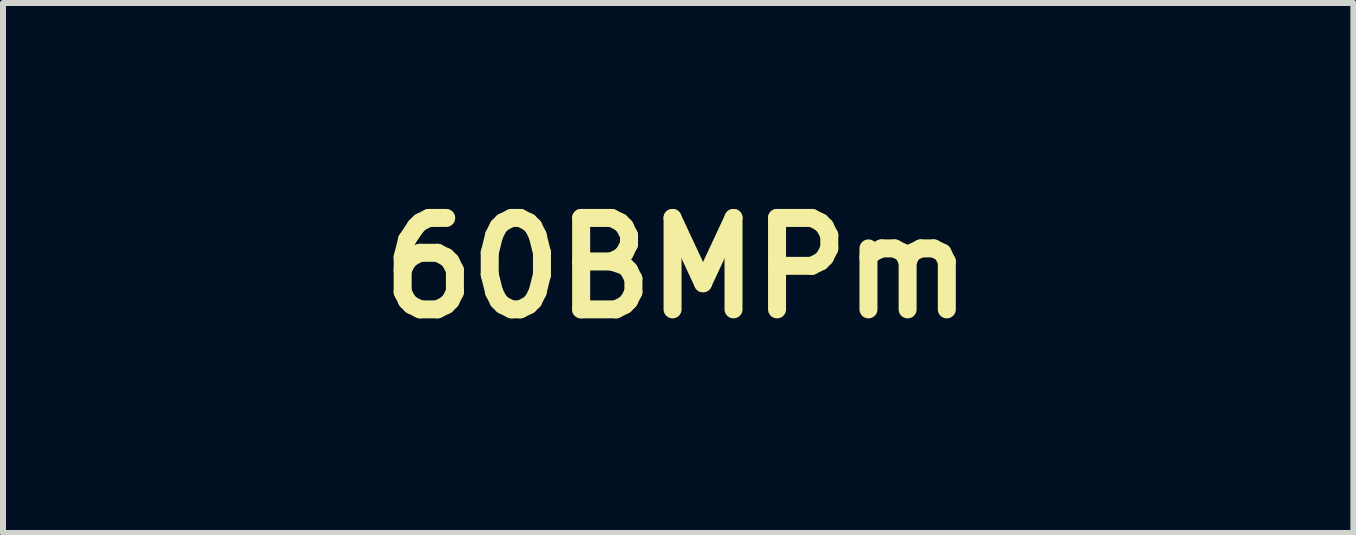
<source format=kicad_pcb>
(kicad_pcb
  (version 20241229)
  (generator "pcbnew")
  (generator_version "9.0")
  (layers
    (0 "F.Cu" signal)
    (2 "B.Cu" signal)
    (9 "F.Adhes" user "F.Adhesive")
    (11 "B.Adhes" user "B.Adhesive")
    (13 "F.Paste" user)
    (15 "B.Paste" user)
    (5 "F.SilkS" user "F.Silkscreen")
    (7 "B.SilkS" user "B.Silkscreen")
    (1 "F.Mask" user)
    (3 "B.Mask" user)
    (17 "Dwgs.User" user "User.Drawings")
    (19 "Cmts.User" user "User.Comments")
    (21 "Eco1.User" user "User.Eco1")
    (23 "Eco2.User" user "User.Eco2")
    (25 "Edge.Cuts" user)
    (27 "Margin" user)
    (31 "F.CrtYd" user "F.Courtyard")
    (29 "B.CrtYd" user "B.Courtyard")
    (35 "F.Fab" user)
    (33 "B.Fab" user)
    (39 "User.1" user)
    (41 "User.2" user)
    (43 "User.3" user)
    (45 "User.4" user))
  (footprint "60BMPm"
    (layer "F.Cu")
    (at 8.235 1.418)
    (property "Reference" "60BMPm" (at 0 0 0) (layer "F.SilkS") (effects (font (size 1.524 1.524) (thickness 0.3))))
    (attr through_hole)
    (fp_poly (pts (xy -4.403 -0.491) (xy -4.809 -0.491) (xy -4.809 -0.728) (xy -4.76 -0.728) (xy -4.711 -0.738) (xy -4.683 -0.77) (xy -4.671 -0.821) (xy -4.665 -0.872) (xy -4.534 -0.877) (xy -4.403 -0.882) (xy -4.403 -0.491)) (stroke (width 0.01) (type solid)) (fill yes) (layer "F.Mask"))
    (fp_poly (pts (xy -5.232 0.597) (xy -5.224 0.652) (xy -5.196 0.683) (xy -5.143 0.694) (xy -5.127 0.694) (xy -5.063 0.694) (xy -5.063 0.948) (xy -5.186 0.945) (xy -5.266 0.942) (xy -5.349 0.939) (xy -5.407 0.936) (xy -5.504 0.93) (xy -5.495 0.55) (xy -5.364 0.545) (xy -5.232 0.54) (xy -5.232 0.597)) (stroke (width 0.01) (type solid)) (fill yes) (layer "F.Mask"))
    (fp_poly (pts (xy -0.779 -0.389) (xy -0.923 -0.389) (xy -0.992 -0.391) (xy -1.042 -0.396) (xy -1.067 -0.404) (xy -1.069 -0.406) (xy -1.075 -0.439) (xy -1.075 -0.44) (xy -1.081 -0.472) (xy -1.082 -0.482) (xy -1.099 -0.501) (xy -1.146 -0.511) (xy -1.147 -0.511) (xy -1.211 -0.516) (xy -1.216 -0.682) (xy -1.22 -0.847) (xy -1 -0.847) (xy -0.779 -0.847) (xy -0.779 -0.389)) (stroke (width 0.01) (type solid)) (fill yes) (layer "F.Mask"))
    (fp_poly (pts (xy -3.938 0.721) (xy -3.874 0.725) (xy -3.708 0.737) (xy -3.613 0.832) (xy -3.569 0.878) (xy -3.538 0.916) (xy -3.524 0.939) (xy -3.524 0.942) (xy -3.543 0.948) (xy -3.588 0.951) (xy -3.653 0.953) (xy -3.718 0.952) (xy -3.906 0.947) (xy -4.002 0.862) (xy -4.059 0.808) (xy -4.091 0.769) (xy -4.096 0.742) (xy -4.073 0.726) (xy -4.021 0.72) (xy -3.938 0.721)) (stroke (width 0.01) (type solid)) (fill yes) (layer "F.Mask"))
    (fp_poly (pts (xy 2.79 -0.225) (xy 2.989 -0.222) (xy 2.989 0.642) (xy 3.158 0.647) (xy 3.327 0.652) (xy 3.332 0.859) (xy 3.337 1.067) (xy 2.596 1.067) (xy 2.587 0.437) (xy 2.585 0.293) (xy 2.584 0.161) (xy 2.583 0.042) (xy 2.582 -0.058) (xy 2.582 -0.136) (xy 2.583 -0.188) (xy 2.584 -0.211) (xy 2.584 -0.211) (xy 2.604 -0.219) (xy 2.654 -0.224) (xy 2.731 -0.226) (xy 2.79 -0.225)) (stroke (width 0.01) (type solid)) (fill yes) (layer "F.Mask"))
    (fp_poly (pts (xy 6.13 0.766) (xy 6.308 0.77) (xy 6.308 1.109) (xy 6.102 1.114) (xy 6.014 1.115) (xy 5.954 1.114) (xy 5.917 1.111) (xy 5.896 1.104) (xy 5.887 1.092) (xy 5.886 1.091) (xy 5.881 1.062) (xy 5.878 1.01) (xy 5.876 0.943) (xy 5.876 0.922) (xy 5.876 0.859) (xy 5.88 0.815) (xy 5.893 0.786) (xy 5.92 0.77) (xy 5.965 0.764) (xy 6.035 0.763) (xy 6.13 0.766)) (stroke (width 0.01) (type solid)) (fill yes) (layer "F.Mask"))
    (fp_poly (pts (xy 6.995 0.274) (xy 7.049 0.276) (xy 7.074 0.279) (xy 7.113 0.289) (xy 7.108 0.721) (xy 7.104 1.154) (xy 6.877 1.157) (xy 6.779 1.157) (xy 6.705 1.154) (xy 6.659 1.149) (xy 6.644 1.143) (xy 6.642 1.122) (xy 6.641 1.072) (xy 6.64 0.997) (xy 6.64 0.903) (xy 6.641 0.794) (xy 6.642 0.702) (xy 6.646 0.279) (xy 6.841 0.274) (xy 6.923 0.273) (xy 6.995 0.274)) (stroke (width 0.01) (type solid)) (fill yes) (layer "F.Mask"))
    (fp_poly (pts (xy 4.894 -0.373) (xy 4.388 -0.373) (xy 4.377 -0.478) (xy 4.372 -0.548) (xy 4.37 -0.615) (xy 4.372 -0.651) (xy 4.375 -0.685) (xy 4.385 -0.708) (xy 4.406 -0.723) (xy 4.445 -0.736) (xy 4.51 -0.75) (xy 4.525 -0.753) (xy 4.56 -0.768) (xy 4.572 -0.799) (xy 4.572 -0.809) (xy 4.574 -0.864) (xy 4.583 -0.9) (xy 4.606 -0.92) (xy 4.648 -0.929) (xy 4.716 -0.931) (xy 4.743 -0.931) (xy 4.894 -0.931) (xy 4.894 -0.373)) (stroke (width 0.01) (type solid)) (fill yes) (layer "F.Mask"))
    (fp_poly (pts (xy -7.657 -0.696) (xy -7.659 -0.6) (xy -7.663 -0.516) (xy -7.668 -0.45) (xy -7.673 -0.408) (xy -7.676 -0.395) (xy -7.697 -0.39) (xy -7.746 -0.385) (xy -7.817 -0.38) (xy -7.903 -0.377) (xy -7.96 -0.375) (xy -8.23 -0.37) (xy -8.23 -0.711) (xy -8.149 -0.711) (xy -8.097 -0.714) (xy -8.058 -0.721) (xy -8.049 -0.725) (xy -8.022 -0.758) (xy -8.003 -0.815) (xy -7.993 -0.886) (xy -7.993 -0.907) (xy -7.993 -0.982) (xy -7.651 -0.982) (xy -7.657 -0.696)) (stroke (width 0.01) (type solid)) (fill yes) (layer "F.Mask"))
    (fp_poly (pts (xy -0.968 -0.305) (xy -0.938 -0.305) (xy -0.878 -0.304) (xy -0.844 -0.298) (xy -0.825 -0.286) (xy -0.813 -0.263) (xy -0.812 -0.261) (xy -0.808 -0.232) (xy -0.803 -0.175) (xy -0.8 -0.094) (xy -0.797 0.003) (xy -0.796 0.113) (xy -0.796 0.17) (xy -0.796 0.559) (xy -1.101 0.559) (xy -1.101 0.137) (xy -1.101 0.003) (xy -1.101 -0.101) (xy -1.099 -0.178) (xy -1.093 -0.234) (xy -1.083 -0.27) (xy -1.067 -0.292) (xy -1.043 -0.302) (xy -1.011 -0.305) (xy -0.968 -0.305)) (stroke (width 0.01) (type solid)) (fill yes) (layer "F.Mask"))
    (fp_poly (pts (xy 7.214 -0.356) (xy 6.894 -0.356) (xy 6.783 -0.356) (xy 6.7 -0.356) (xy 6.643 -0.358) (xy 6.605 -0.362) (xy 6.583 -0.367) (xy 6.571 -0.375) (xy 6.566 -0.387) (xy 6.564 -0.394) (xy 6.559 -0.428) (xy 6.556 -0.485) (xy 6.554 -0.555) (xy 6.553 -0.58) (xy 6.553 -0.728) (xy 6.652 -0.728) (xy 6.723 -0.731) (xy 6.769 -0.745) (xy 6.795 -0.776) (xy 6.807 -0.83) (xy 6.811 -0.889) (xy 6.816 -1.008) (xy 7.015 -1.012) (xy 7.214 -1.017) (xy 7.214 -0.356)) (stroke (width 0.01) (type solid)) (fill yes) (layer "F.Mask"))
    (fp_poly (pts (xy -2.218 0.735) (xy -2.219 0.808) (xy -2.222 0.87) (xy -2.226 0.911) (xy -2.229 0.921) (xy -2.239 0.934) (xy -2.264 0.942) (xy -2.308 0.947) (xy -2.378 0.948) (xy -2.406 0.948) (xy -2.483 0.948) (xy -2.532 0.946) (xy -2.56 0.94) (xy -2.575 0.93) (xy -2.582 0.914) (xy -2.583 0.909) (xy -2.588 0.87) (xy -2.589 0.813) (xy -2.588 0.779) (xy -2.583 0.727) (xy -2.575 0.7) (xy -2.558 0.689) (xy -2.535 0.687) (xy -2.485 0.671) (xy -2.459 0.632) (xy -2.456 0.605) (xy -2.451 0.59) (xy -2.432 0.581) (xy -2.393 0.577) (xy -2.337 0.576) (xy -2.218 0.576) (xy -2.218 0.735)) (stroke (width 0.01) (type solid)) (fill yes) (layer "F.Mask"))
    (fp_poly (pts (xy 2.914 -1.032) (xy 2.974 -1.029) (xy 3.013 -1.025) (xy 3.021 -1.023) (xy 3.031 -1.015) (xy 3.038 -0.997) (xy 3.043 -0.965) (xy 3.046 -0.914) (xy 3.047 -0.84) (xy 3.048 -0.738) (xy 3.048 -0.701) (xy 3.048 -0.389) (xy 2.754 -0.389) (xy 2.647 -0.39) (xy 2.57 -0.39) (xy 2.517 -0.392) (xy 2.484 -0.396) (xy 2.464 -0.403) (xy 2.455 -0.412) (xy 2.45 -0.425) (xy 2.449 -0.428) (xy 2.444 -0.462) (xy 2.441 -0.519) (xy 2.439 -0.589) (xy 2.439 -0.605) (xy 2.438 -0.745) (xy 2.507 -0.745) (xy 2.569 -0.752) (xy 2.629 -0.768) (xy 2.634 -0.77) (xy 2.692 -0.794) (xy 2.692 -1.033) (xy 2.843 -1.033) (xy 2.914 -1.032)) (stroke (width 0.01) (type solid)) (fill yes) (layer "F.Mask"))
    (fp_poly (pts (xy -5.588 0.185) (xy -5.787 0.19) (xy -5.986 0.195) (xy -5.995 0.661) (xy -5.951 0.678) (xy -5.916 0.685) (xy -5.856 0.69) (xy -5.783 0.694) (xy -5.739 0.694) (xy -5.571 0.694) (xy -5.571 0.931) (xy -5.829 0.931) (xy -5.935 0.929) (xy -6.022 0.926) (xy -6.085 0.92) (xy -6.119 0.913) (xy -6.121 0.912) (xy -6.157 0.887) (xy -6.198 0.853) (xy -6.202 0.85) (xy -6.248 0.806) (xy -6.248 0.439) (xy -6.248 0.318) (xy -6.248 0.227) (xy -6.246 0.159) (xy -6.243 0.111) (xy -6.238 0.078) (xy -6.23 0.055) (xy -6.22 0.037) (xy -6.212 0.026) (xy -6.177 -0.01) (xy -6.135 -0.037) (xy -6.079 -0.056) (xy -6.003 -0.069) (xy -5.903 -0.077) (xy -5.821 -0.081) (xy -5.588 -0.089) (xy -5.588 0.185)) (stroke (width 0.01) (type solid)) (fill yes) (layer "F.Mask"))
    (fp_poly (pts (xy -5.507 -0.387) (xy -5.465 -0.386) (xy -5.374 -0.382) (xy -5.312 -0.376) (xy -5.271 -0.369) (xy -5.245 -0.357) (xy -5.236 -0.35) (xy -5.227 -0.337) (xy -5.219 -0.317) (xy -5.214 -0.287) (xy -5.211 -0.241) (xy -5.208 -0.174) (xy -5.207 -0.083) (xy -5.207 0.036) (xy -5.207 0.053) (xy -5.207 0.426) (xy -5.337 0.429) (xy -5.467 0.432) (xy -5.472 0.174) (xy -5.476 0.061) (xy -5.481 -0.021) (xy -5.488 -0.075) (xy -5.498 -0.102) (xy -5.5 -0.105) (xy -5.528 -0.118) (xy -5.577 -0.13) (xy -5.618 -0.135) (xy -5.673 -0.141) (xy -5.701 -0.15) (xy -5.711 -0.164) (xy -5.711 -0.182) (xy -5.717 -0.213) (xy -5.732 -0.22) (xy -5.754 -0.233) (xy -5.759 -0.264) (xy -5.749 -0.304) (xy -5.726 -0.342) (xy -5.711 -0.356) (xy -5.688 -0.372) (xy -5.664 -0.382) (xy -5.63 -0.387) (xy -5.58 -0.389) (xy -5.507 -0.387)) (stroke (width 0.01) (type solid)) (fill yes) (layer "F.Mask"))
    (fp_poly (pts (xy -1.236 0.085) (xy -1.457 0.085) (xy -1.548 0.085) (xy -1.611 0.087) (xy -1.651 0.091) (xy -1.675 0.098) (xy -1.686 0.108) (xy -1.689 0.114) (xy -1.694 0.145) (xy -1.698 0.201) (xy -1.7 0.275) (xy -1.701 0.358) (xy -1.7 0.441) (xy -1.698 0.517) (xy -1.694 0.578) (xy -1.689 0.614) (xy -1.676 0.66) (xy -0.796 0.66) (xy -0.796 0.926) (xy -1.088 0.937) (xy -1.236 0.942) (xy -1.381 0.944) (xy -1.517 0.945) (xy -1.638 0.944) (xy -1.738 0.941) (xy -1.811 0.936) (xy -1.814 0.936) (xy -1.882 0.913) (xy -1.932 0.863) (xy -1.963 0.787) (xy -1.966 0.776) (xy -1.97 0.737) (xy -1.974 0.671) (xy -1.977 0.583) (xy -1.979 0.48) (xy -1.98 0.369) (xy -1.98 0.337) (xy -1.981 -0.03) (xy -1.918 -0.101) (xy -1.883 -0.135) (xy -1.847 -0.161) (xy -1.804 -0.18) (xy -1.747 -0.192) (xy -1.673 -0.199) (xy -1.575 -0.202) (xy -1.477 -0.203) (xy -1.236 -0.203) (xy -1.236 0.085)) (stroke (width 0.01) (type solid)) (fill yes) (layer "F.Mask"))
    (fp_poly (pts (xy 7.506 -0.952) (xy 7.575 -0.949) (xy 7.657 -0.946) (xy 7.667 -0.945) (xy 7.812 -0.934) (xy 7.929 -0.916) (xy 8.022 -0.89) (xy 8.096 -0.855) (xy 8.156 -0.808) (xy 8.176 -0.789) (xy 8.212 -0.745) (xy 8.239 -0.7) (xy 8.256 -0.648) (xy 8.266 -0.582) (xy 8.271 -0.495) (xy 8.272 -0.398) (xy 8.271 -0.315) (xy 8.269 -0.256) (xy 8.262 -0.212) (xy 8.249 -0.173) (xy 8.228 -0.13) (xy 8.214 -0.105) (xy 8.173 -0.04) (xy 8.126 0.022) (xy 8.088 0.061) (xy 8.056 0.087) (xy 8.024 0.108) (xy 7.989 0.125) (xy 7.947 0.139) (xy 7.894 0.15) (xy 7.826 0.159) (xy 7.741 0.165) (xy 7.635 0.17) (xy 7.505 0.174) (xy 7.345 0.178) (xy 7.238 0.18) (xy 6.621 0.192) (xy 6.621 -0.186) (xy 7.032 -0.188) (xy 7.158 -0.189) (xy 7.284 -0.191) (xy 7.401 -0.193) (xy 7.503 -0.196) (xy 7.582 -0.199) (xy 7.609 -0.201) (xy 7.686 -0.206) (xy 7.737 -0.213) (xy 7.771 -0.222) (xy 7.795 -0.237) (xy 7.819 -0.261) (xy 7.825 -0.267) (xy 7.856 -0.309) (xy 7.871 -0.354) (xy 7.874 -0.408) (xy 7.871 -0.465) (xy 7.857 -0.505) (xy 7.826 -0.543) (xy 7.819 -0.55) (xy 7.792 -0.575) (xy 7.766 -0.591) (xy 7.734 -0.602) (xy 7.686 -0.609) (xy 7.614 -0.615) (xy 7.59 -0.617) (xy 7.417 -0.629) (xy 7.417 -0.787) (xy 7.419 -0.86) (xy 7.423 -0.915) (xy 7.43 -0.947) (xy 7.434 -0.951) (xy 7.456 -0.952) (xy 7.506 -0.952)) (stroke (width 0.01) (type solid)) (fill yes) (layer "F.Mask"))
    (fp_poly (pts (xy -4.546 -0.437) (xy -4.445 -0.432) (xy -4.445 -0.123) (xy -4.445 -0.025) (xy -4.443 0.061) (xy -4.441 0.128) (xy -4.439 0.171) (xy -4.436 0.186) (xy -4.426 0.172) (xy -4.403 0.133) (xy -4.37 0.074) (xy -4.331 0.002) (xy -4.312 -0.034) (xy -4.197 -0.254) (xy -4.046 -0.254) (xy -3.972 -0.253) (xy -3.926 -0.249) (xy -3.902 -0.242) (xy -3.895 -0.23) (xy -3.895 -0.228) (xy -3.902 -0.205) (xy -3.922 -0.158) (xy -3.953 -0.091) (xy -3.991 -0.011) (xy -4.021 0.05) (xy -4.063 0.136) (xy -4.098 0.212) (xy -4.123 0.273) (xy -4.138 0.314) (xy -4.139 0.327) (xy -4.124 0.347) (xy -4.088 0.384) (xy -4.038 0.434) (xy -3.978 0.491) (xy -3.97 0.498) (xy -3.91 0.556) (xy -3.86 0.607) (xy -3.825 0.646) (xy -3.81 0.669) (xy -3.81 0.67) (xy -3.816 0.681) (xy -3.838 0.688) (xy -3.882 0.692) (xy -3.951 0.694) (xy -3.994 0.694) (xy -4.178 0.694) (xy -4.3 0.582) (xy -4.352 0.535) (xy -4.394 0.499) (xy -4.421 0.479) (xy -4.428 0.476) (xy -4.43 0.495) (xy -4.433 0.541) (xy -4.436 0.608) (xy -4.439 0.69) (xy -4.44 0.72) (xy -4.445 0.957) (xy -4.574 0.962) (xy -4.642 0.963) (xy -4.684 0.96) (xy -4.705 0.951) (xy -4.714 0.939) (xy -4.716 0.917) (xy -4.718 0.864) (xy -4.72 0.785) (xy -4.722 0.684) (xy -4.723 0.564) (xy -4.724 0.429) (xy -4.724 0.284) (xy -4.724 0.244) (xy -4.724 -0.423) (xy -4.686 -0.432) (xy -4.648 -0.437) (xy -4.59 -0.438) (xy -4.546 -0.437)) (stroke (width 0.01) (type solid)) (fill yes) (layer "F.Mask"))
    (fp_poly (pts (xy 3.405 -1.012) (xy 3.496 -1.004) (xy 3.644 -0.985) (xy 3.763 -0.957) (xy 3.855 -0.916) (xy 3.924 -0.86) (xy 3.974 -0.785) (xy 4.007 -0.689) (xy 4.028 -0.569) (xy 4.03 -0.549) (xy 4.037 -0.427) (xy 4.031 -0.316) (xy 4.013 -0.224) (xy 3.984 -0.156) (xy 3.978 -0.147) (xy 3.942 -0.098) (xy 3.988 -0.055) (xy 4.044 0.017) (xy 4.089 0.115) (xy 4.121 0.231) (xy 4.139 0.358) (xy 4.14 0.49) (xy 4.133 0.567) (xy 4.109 0.688) (xy 4.074 0.786) (xy 4.022 0.871) (xy 3.979 0.921) (xy 3.887 1.001) (xy 3.788 1.05) (xy 3.686 1.067) (xy 3.607 1.067) (xy 3.607 0.855) (xy 3.608 0.763) (xy 3.61 0.7) (xy 3.616 0.662) (xy 3.624 0.645) (xy 3.629 0.643) (xy 3.654 0.632) (xy 3.689 0.604) (xy 3.7 0.592) (xy 3.729 0.557) (xy 3.745 0.518) (xy 3.754 0.463) (xy 3.756 0.434) (xy 3.758 0.374) (xy 3.754 0.334) (xy 3.739 0.303) (xy 3.71 0.266) (xy 3.709 0.266) (xy 3.655 0.204) (xy 3.466 0.2) (xy 3.277 0.195) (xy 3.267 -0.183) (xy 3.415 -0.195) (xy 3.505 -0.207) (xy 3.569 -0.226) (xy 3.612 -0.256) (xy 3.64 -0.303) (xy 3.657 -0.354) (xy 3.666 -0.44) (xy 3.647 -0.521) (xy 3.603 -0.587) (xy 3.591 -0.597) (xy 3.558 -0.62) (xy 3.517 -0.635) (xy 3.458 -0.645) (xy 3.403 -0.65) (xy 3.337 -0.656) (xy 3.283 -0.663) (xy 3.252 -0.669) (xy 3.249 -0.67) (xy 3.242 -0.69) (xy 3.237 -0.736) (xy 3.235 -0.799) (xy 3.234 -0.829) (xy 3.235 -0.904) (xy 3.24 -0.957) (xy 3.255 -0.991) (xy 3.284 -1.009) (xy 3.332 -1.015) (xy 3.405 -1.012)) (stroke (width 0.01) (type solid)) (fill yes) (layer "F.Mask"))
    (fp_poly (pts (xy -2.724 -0.301) (xy -2.588 -0.297) (xy -2.482 -0.291) (xy -2.402 -0.28) (xy -2.344 -0.262) (xy -2.302 -0.234) (xy -2.275 -0.195) (xy -2.256 -0.141) (xy -2.243 -0.071) (xy -2.236 -0.028) (xy -2.228 0.084) (xy -2.232 0.188) (xy -2.248 0.279) (xy -2.274 0.352) (xy -2.31 0.4) (xy -2.333 0.414) (xy -2.356 0.417) (xy -2.407 0.42) (xy -2.478 0.422) (xy -2.563 0.424) (xy -2.653 0.425) (xy -2.743 0.426) (xy -2.826 0.425) (xy -2.875 0.424) (xy -2.887 0.414) (xy -2.893 0.381) (xy -2.893 0.32) (xy -2.892 0.309) (xy -2.887 0.195) (xy -2.481 0.178) (xy -2.476 0.064) (xy -2.474 0.016) (xy -2.476 -0.019) (xy -2.487 -0.043) (xy -2.512 -0.058) (xy -2.554 -0.065) (xy -2.619 -0.067) (xy -2.711 -0.065) (xy -2.769 -0.064) (xy -2.989 -0.059) (xy -2.993 0.284) (xy -2.994 0.416) (xy -2.993 0.522) (xy -2.989 0.6) (xy -2.984 0.648) (xy -2.98 0.661) (xy -2.967 0.677) (xy -2.945 0.687) (xy -2.907 0.693) (xy -2.845 0.694) (xy -2.819 0.694) (xy -2.675 0.694) (xy -2.675 0.931) (xy -2.883 0.931) (xy -2.971 0.931) (xy -3.032 0.929) (xy -3.074 0.924) (xy -3.103 0.915) (xy -3.128 0.901) (xy -3.143 0.889) (xy -3.175 0.862) (xy -3.2 0.832) (xy -3.218 0.795) (xy -3.232 0.748) (xy -3.241 0.685) (xy -3.247 0.602) (xy -3.25 0.496) (xy -3.251 0.362) (xy -3.251 0.308) (xy -3.251 0.18) (xy -3.25 0.082) (xy -3.249 0.007) (xy -3.246 -0.048) (xy -3.241 -0.088) (xy -3.234 -0.119) (xy -3.225 -0.144) (xy -3.213 -0.17) (xy -3.213 -0.17) (xy -3.189 -0.213) (xy -3.163 -0.246) (xy -3.131 -0.27) (xy -3.088 -0.287) (xy -3.029 -0.297) (xy -2.95 -0.302) (xy -2.846 -0.302) (xy -2.724 -0.301)) (stroke (width 0.01) (type solid)) (fill yes) (layer "F.Mask"))
    (fp_poly (pts (xy -6.628 -0.861) (xy -6.562 -0.823) (xy -6.511 -0.782) (xy -6.506 0.159) (xy -6.501 1.101) (xy -6.692 1.1) (xy -6.77 1.099) (xy -6.836 1.096) (xy -6.883 1.092) (xy -6.901 1.088) (xy -6.915 1.072) (xy -6.947 1.032) (xy -6.995 0.971) (xy -7.057 0.892) (xy -7.131 0.797) (xy -7.214 0.689) (xy -7.305 0.572) (xy -7.358 0.503) (xy -7.798 -0.07) (xy -7.806 0.511) (xy -7.815 1.092) (xy -8.002 1.097) (xy -8.078 1.098) (xy -8.142 1.097) (xy -8.185 1.094) (xy -8.201 1.09) (xy -8.204 1.07) (xy -8.207 1.021) (xy -8.209 0.948) (xy -8.211 0.854) (xy -8.212 0.746) (xy -8.212 0.627) (xy -8.212 0.502) (xy -8.211 0.376) (xy -8.21 0.254) (xy -8.208 0.14) (xy -8.206 0.038) (xy -8.203 -0.045) (xy -8.202 -0.065) (xy -8.191 -0.27) (xy -7.628 -0.279) (xy -7.609 -0.339) (xy -7.586 -0.384) (xy -7.559 -0.398) (xy -7.538 -0.384) (xy -7.499 -0.342) (xy -7.441 -0.272) (xy -7.364 -0.176) (xy -7.27 -0.052) (xy -7.248 -0.023) (xy -7.175 0.075) (xy -7.108 0.164) (xy -7.049 0.239) (xy -7.003 0.299) (xy -6.971 0.338) (xy -6.956 0.354) (xy -6.955 0.354) (xy -6.952 0.338) (xy -6.949 0.292) (xy -6.947 0.221) (xy -6.945 0.128) (xy -6.944 0.017) (xy -6.943 -0.108) (xy -6.943 -0.177) (xy -6.942 -0.34) (xy -6.941 -0.472) (xy -6.939 -0.577) (xy -6.934 -0.657) (xy -6.933 -0.672) (xy -6.649 -0.672) (xy -6.637 -0.648) (xy -6.622 -0.643) (xy -6.604 -0.657) (xy -6.598 -0.668) (xy -6.599 -0.696) (xy -6.62 -0.708) (xy -6.641 -0.698) (xy -6.649 -0.672) (xy -6.933 -0.672) (xy -6.929 -0.715) (xy -6.92 -0.755) (xy -6.91 -0.78) (xy -6.897 -0.792) (xy -6.881 -0.796) (xy -6.863 -0.781) (xy -6.858 -0.745) (xy -6.854 -0.705) (xy -6.844 -0.695) (xy -6.833 -0.71) (xy -6.823 -0.75) (xy -6.821 -0.774) (xy -6.815 -0.825) (xy -6.802 -0.853) (xy -6.776 -0.868) (xy -6.772 -0.87) (xy -6.703 -0.878) (xy -6.628 -0.861)) (stroke (width 0.01) (type solid)) (fill yes) (layer "F.Mask"))
    (fp_poly (pts (xy 6.094 -0.809) (xy 6.308 -0.804) (xy 6.317 0.588) (xy 6.238 0.599) (xy 6.182 0.604) (xy 6.108 0.608) (xy 6.028 0.61) (xy 6.015 0.61) (xy 5.871 0.61) (xy 5.883 0.33) (xy 5.886 0.237) (xy 5.888 0.158) (xy 5.887 0.096) (xy 5.884 0.059) (xy 5.881 0.051) (xy 5.868 0.065) (xy 5.841 0.106) (xy 5.802 0.168) (xy 5.753 0.249) (xy 5.697 0.345) (xy 5.635 0.452) (xy 5.57 0.566) (xy 5.504 0.684) (xy 5.489 0.711) (xy 5.449 0.781) (xy 5.412 0.839) (xy 5.382 0.878) (xy 5.365 0.894) (xy 5.34 0.882) (xy 5.307 0.84) (xy 5.283 0.801) (xy 5.241 0.727) (xy 5.192 0.641) (xy 5.138 0.548) (xy 5.081 0.452) (xy 5.025 0.358) (xy 4.972 0.27) (xy 4.925 0.193) (xy 4.886 0.13) (xy 4.859 0.087) (xy 4.845 0.068) (xy 4.844 0.068) (xy 4.842 0.084) (xy 4.84 0.13) (xy 4.838 0.202) (xy 4.836 0.295) (xy 4.835 0.407) (xy 4.835 0.531) (xy 4.834 0.597) (xy 4.834 1.126) (xy 4.629 1.131) (xy 4.541 1.132) (xy 4.481 1.131) (xy 4.444 1.128) (xy 4.423 1.121) (xy 4.414 1.109) (xy 4.413 1.108) (xy 4.411 1.086) (xy 4.409 1.033) (xy 4.407 0.954) (xy 4.405 0.854) (xy 4.404 0.734) (xy 4.403 0.601) (xy 4.403 0.457) (xy 4.403 0.439) (xy 4.403 -0.203) (xy 4.681 -0.203) (xy 4.79 -0.203) (xy 4.87 -0.205) (xy 4.926 -0.211) (xy 4.962 -0.223) (xy 4.984 -0.244) (xy 4.996 -0.276) (xy 5.003 -0.32) (xy 5.007 -0.356) (xy 5.017 -0.409) (xy 5.031 -0.437) (xy 5.038 -0.44) (xy 5.053 -0.426) (xy 5.081 -0.387) (xy 5.119 -0.329) (xy 5.164 -0.255) (xy 5.2 -0.194) (xy 5.247 -0.112) (xy 5.289 -0.04) (xy 5.323 0.016) (xy 5.345 0.051) (xy 5.353 0.06) (xy 5.368 0.052) (xy 5.392 0.02) (xy 5.412 -0.012) (xy 5.434 -0.05) (xy 5.469 -0.111) (xy 5.516 -0.191) (xy 5.571 -0.285) (xy 5.631 -0.388) (xy 5.669 -0.453) (xy 5.88 -0.814) (xy 6.094 -0.809)) (stroke (width 0.01) (type solid)) (fill yes) (layer "F.Mask"))
    (fp_poly (pts (xy 2.172 -0.933) (xy 2.218 -0.878) (xy 2.217 -0.079) (xy 2.217 0.14) (xy 2.216 0.328) (xy 2.214 0.487) (xy 2.211 0.619) (xy 2.208 0.727) (xy 2.204 0.812) (xy 2.198 0.878) (xy 2.192 0.926) (xy 2.184 0.96) (xy 2.175 0.98) (xy 2.17 0.986) (xy 2.155 0.993) (xy 2.122 0.998) (xy 2.069 1.002) (xy 1.992 1.005) (xy 1.89 1.008) (xy 1.758 1.009) (xy 1.629 1.01) (xy 1.497 1.01) (xy 1.373 1.01) (xy 1.262 1.009) (xy 1.17 1.007) (xy 1.1 1.005) (xy 1.057 1.003) (xy 1.05 1.002) (xy 1.029 0.997) (xy 1.011 0.991) (xy 0.996 0.979) (xy 0.984 0.96) (xy 0.974 0.931) (xy 0.967 0.889) (xy 0.961 0.833) (xy 0.956 0.758) (xy 0.953 0.663) (xy 0.951 0.544) (xy 0.95 0.401) (xy 0.95 0.228) (xy 0.949 0.025) (xy 0.949 0.01) (xy 1.219 0.01) (xy 1.219 0.18) (xy 1.22 0.319) (xy 1.221 0.431) (xy 1.222 0.518) (xy 1.225 0.584) (xy 1.228 0.632) (xy 1.232 0.665) (xy 1.237 0.686) (xy 1.243 0.698) (xy 1.246 0.702) (xy 1.261 0.711) (xy 1.286 0.719) (xy 1.327 0.723) (xy 1.388 0.726) (xy 1.474 0.728) (xy 1.566 0.728) (xy 1.666 0.727) (xy 1.757 0.724) (xy 1.832 0.72) (xy 1.885 0.715) (xy 1.906 0.711) (xy 1.951 0.694) (xy 1.944 0.017) (xy 1.942 -0.154) (xy 1.94 -0.306) (xy 1.936 -0.434) (xy 1.933 -0.538) (xy 1.929 -0.615) (xy 1.924 -0.662) (xy 1.921 -0.677) (xy 1.899 -0.683) (xy 1.85 -0.689) (xy 1.777 -0.695) (xy 1.689 -0.701) (xy 1.596 -0.705) (xy 1.485 -0.709) (xy 1.404 -0.711) (xy 1.346 -0.711) (xy 1.307 -0.708) (xy 1.281 -0.703) (xy 1.264 -0.694) (xy 1.253 -0.686) (xy 1.245 -0.677) (xy 1.238 -0.665) (xy 1.232 -0.647) (xy 1.228 -0.62) (xy 1.224 -0.58) (xy 1.222 -0.525) (xy 1.221 -0.449) (xy 1.22 -0.352) (xy 1.219 -0.229) (xy 1.219 -0.077) (xy 1.219 0.01) (xy 0.949 0.01) (xy 0.949 -0.01) (xy 0.948 -0.892) (xy 0.986 -0.927) (xy 0.998 -0.937) (xy 1.013 -0.945) (xy 1.034 -0.952) (xy 1.065 -0.957) (xy 1.11 -0.961) (xy 1.172 -0.964) (xy 1.256 -0.967) (xy 1.364 -0.97) (xy 1.501 -0.974) (xy 1.575 -0.975) (xy 2.126 -0.987) (xy 2.172 -0.933)) (stroke (width 0.01) (type solid)) (fill yes) (layer "F.Mask"))
    (fp_poly (pts (xy -0.125 -0.98) (xy 0.008 -0.979) (xy 0.073 -0.979) (xy 0.22 -0.977) (xy 0.336 -0.976) (xy 0.426 -0.974) (xy 0.494 -0.971) (xy 0.543 -0.968) (xy 0.576 -0.963) (xy 0.599 -0.958) (xy 0.614 -0.95) (xy 0.625 -0.941) (xy 0.626 -0.94) (xy 0.654 -0.898) (xy 0.671 -0.851) (xy 0.682 -0.796) (xy 0.611 -0.796) (xy 0.567 -0.792) (xy 0.549 -0.783) (xy 0.55 -0.779) (xy 0.574 -0.765) (xy 0.594 -0.762) (xy 0.622 -0.754) (xy 0.622 -0.736) (xy 0.6 -0.721) (xy 0.575 -0.718) (xy 0.523 -0.716) (xy 0.447 -0.713) (xy 0.353 -0.712) (xy 0.248 -0.711) (xy 0.215 -0.711) (xy 0.077 -0.71) (xy -0.029 -0.708) (xy -0.107 -0.703) (xy -0.159 -0.697) (xy -0.186 -0.689) (xy -0.204 -0.679) (xy -0.216 -0.665) (xy -0.224 -0.641) (xy -0.228 -0.602) (xy -0.231 -0.54) (xy -0.233 -0.46) (xy -0.235 -0.37) (xy -0.234 -0.302) (xy -0.225 -0.254) (xy -0.203 -0.221) (xy -0.166 -0.202) (xy -0.109 -0.191) (xy -0.028 -0.188) (xy 0.082 -0.187) (xy 0.122 -0.187) (xy 0.406 -0.186) (xy 0.567 0.028) (xy 0.728 0.242) (xy 0.728 0.535) (xy 0.727 0.677) (xy 0.722 0.79) (xy 0.714 0.877) (xy 0.701 0.943) (xy 0.683 0.991) (xy 0.659 1.026) (xy 0.651 1.034) (xy 0.638 1.046) (xy 0.623 1.055) (xy 0.604 1.061) (xy 0.575 1.067) (xy 0.532 1.07) (xy 0.472 1.073) (xy 0.391 1.075) (xy 0.284 1.076) (xy 0.148 1.077) (xy 0.131 1.078) (xy 0.005 1.078) (xy -0.112 1.078) (xy -0.214 1.077) (xy -0.297 1.076) (xy -0.357 1.073) (xy -0.388 1.07) (xy -0.389 1.07) (xy -0.452 1.044) (xy -0.498 1.002) (xy -0.518 0.974) (xy -0.525 0.962) (xy -0.531 0.946) (xy -0.536 0.924) (xy -0.541 0.894) (xy -0.544 0.852) (xy -0.547 0.795) (xy -0.549 0.721) (xy -0.551 0.627) (xy -0.552 0.509) (xy -0.553 0.397) (xy -0.237 0.397) (xy -0.237 0.508) (xy -0.236 0.59) (xy -0.233 0.648) (xy -0.229 0.686) (xy -0.223 0.709) (xy -0.214 0.722) (xy -0.207 0.727) (xy -0.18 0.733) (xy -0.125 0.738) (xy -0.048 0.742) (xy 0.046 0.744) (xy 0.106 0.745) (xy 0.389 0.745) (xy 0.399 0.704) (xy 0.403 0.67) (xy 0.405 0.611) (xy 0.405 0.538) (xy 0.404 0.486) (xy 0.398 0.31) (xy 0.229 0.086) (xy -0.004 0.085) (xy -0.237 0.085) (xy -0.237 0.397) (xy -0.553 0.397) (xy -0.553 0.366) (xy -0.555 0.193) (xy -0.556 0.053) (xy -0.557 -0.148) (xy -0.557 -0.317) (xy -0.557 -0.459) (xy -0.557 -0.575) (xy -0.555 -0.669) (xy -0.552 -0.743) (xy -0.547 -0.8) (xy -0.541 -0.844) (xy -0.533 -0.876) (xy -0.523 -0.901) (xy -0.51 -0.92) (xy -0.495 -0.936) (xy -0.484 -0.947) (xy -0.472 -0.958) (xy -0.458 -0.966) (xy -0.439 -0.972) (xy -0.41 -0.976) (xy -0.368 -0.979) (xy -0.309 -0.98) (xy -0.229 -0.981) (xy -0.125 -0.98)) (stroke (width 0.01) (type solid)) (fill yes) (layer "F.Mask")))
  (gr_rect
    (start -3 -3)
    (end 19.512 5.836)
    (stroke (width 0.1) (type default))
    (fill no)
    (layer "Edge.Cuts")))
</source>
